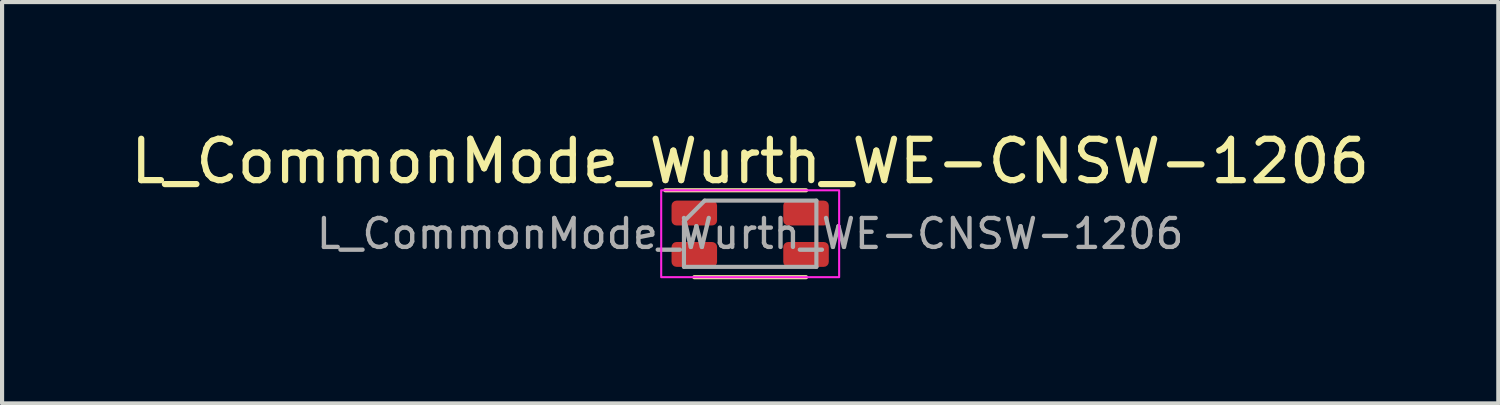
<source format=kicad_pcb>
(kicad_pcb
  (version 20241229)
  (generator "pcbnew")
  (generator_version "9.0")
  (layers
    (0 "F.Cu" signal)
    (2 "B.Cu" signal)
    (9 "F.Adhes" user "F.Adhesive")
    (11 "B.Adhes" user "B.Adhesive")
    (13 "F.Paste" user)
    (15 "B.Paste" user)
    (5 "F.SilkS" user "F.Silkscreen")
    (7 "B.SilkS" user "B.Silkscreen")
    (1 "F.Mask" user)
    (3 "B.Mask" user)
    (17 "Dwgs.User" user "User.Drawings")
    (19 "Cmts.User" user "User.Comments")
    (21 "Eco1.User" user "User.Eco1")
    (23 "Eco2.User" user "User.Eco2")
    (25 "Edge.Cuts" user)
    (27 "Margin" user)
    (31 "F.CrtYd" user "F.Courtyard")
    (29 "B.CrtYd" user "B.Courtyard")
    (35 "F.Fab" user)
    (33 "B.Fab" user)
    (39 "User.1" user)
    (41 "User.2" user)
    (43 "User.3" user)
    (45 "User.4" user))
  (footprint "L_CommonMode_Wurth_WE-CNSW-1206"
    (layer "F.Cu")
    (at 15.077 2.598)
    (property "Reference" "L_CommonMode_Wurth_WE-CNSW-1206" (at 0 -1.75 0) (unlocked yes) (layer "F.SilkS") (effects (font (size 1 1) (thickness 0.15))))
    (attr smd)
    (fp_line (start -2.05 -1.05) (end 1.35 -1.05) (stroke (width 0.1) (type default)) (layer "F.SilkS"))
    (fp_line (start -1.35 1.05) (end 1.35 1.05) (stroke (width 0.1) (type default)) (layer "F.SilkS"))
    (fp_rect (start -2.15 -1.05) (end 2.15 1.05) (stroke (width 0.05) (type default)) (fill no) (layer "F.CrtYd"))
    (fp_line (start -1.6 -0.3) (end -1.1 -0.8) (stroke (width 0.1) (type default)) (layer "F.Fab"))
    (fp_line (start -1.6 0.8) (end -1.6 -0.3) (stroke (width 0.1) (type default)) (layer "F.Fab"))
    (fp_line (start -1.1 -0.8) (end 1.6 -0.8) (stroke (width 0.1) (type default)) (layer "F.Fab"))
    (fp_line (start 1.6 -0.8) (end 1.6 0.8) (stroke (width 0.1) (type default)) (layer "F.Fab"))
    (fp_line (start 1.6 0.8) (end -1.6 0.8) (stroke (width 0.1) (type default)) (layer "F.Fab"))
    (fp_text user "${REFERENCE}" (at 0 0 0) (unlocked yes) (layer "F.Fab") (effects (font (size 0.7 0.7) (thickness 0.105))))
    (pad "1" smd roundrect (at -1.35 -0.5) (size 1.1 0.6) (layers "F.Cu" "F.Mask" "F.Paste") (roundrect_rratio 0.2))
    (pad "2" smd roundrect (at 1.35 -0.5) (size 1.1 0.6) (layers "F.Cu" "F.Mask" "F.Paste") (roundrect_rratio 0.2))
    (pad "3" smd roundrect (at 1.35 0.5) (size 1.1 0.6) (layers "F.Cu" "F.Mask" "F.Paste") (roundrect_rratio 0.2))
    (pad "4" smd roundrect (at -1.35 0.5) (size 1.1 0.6) (layers "F.Cu" "F.Mask" "F.Paste") (roundrect_rratio 0.2)))
  (gr_rect
    (start -3 -3)
    (end 33.155 6.698)
    (stroke (width 0.1) (type default))
    (fill no)
    (layer "Edge.Cuts")))
</source>
